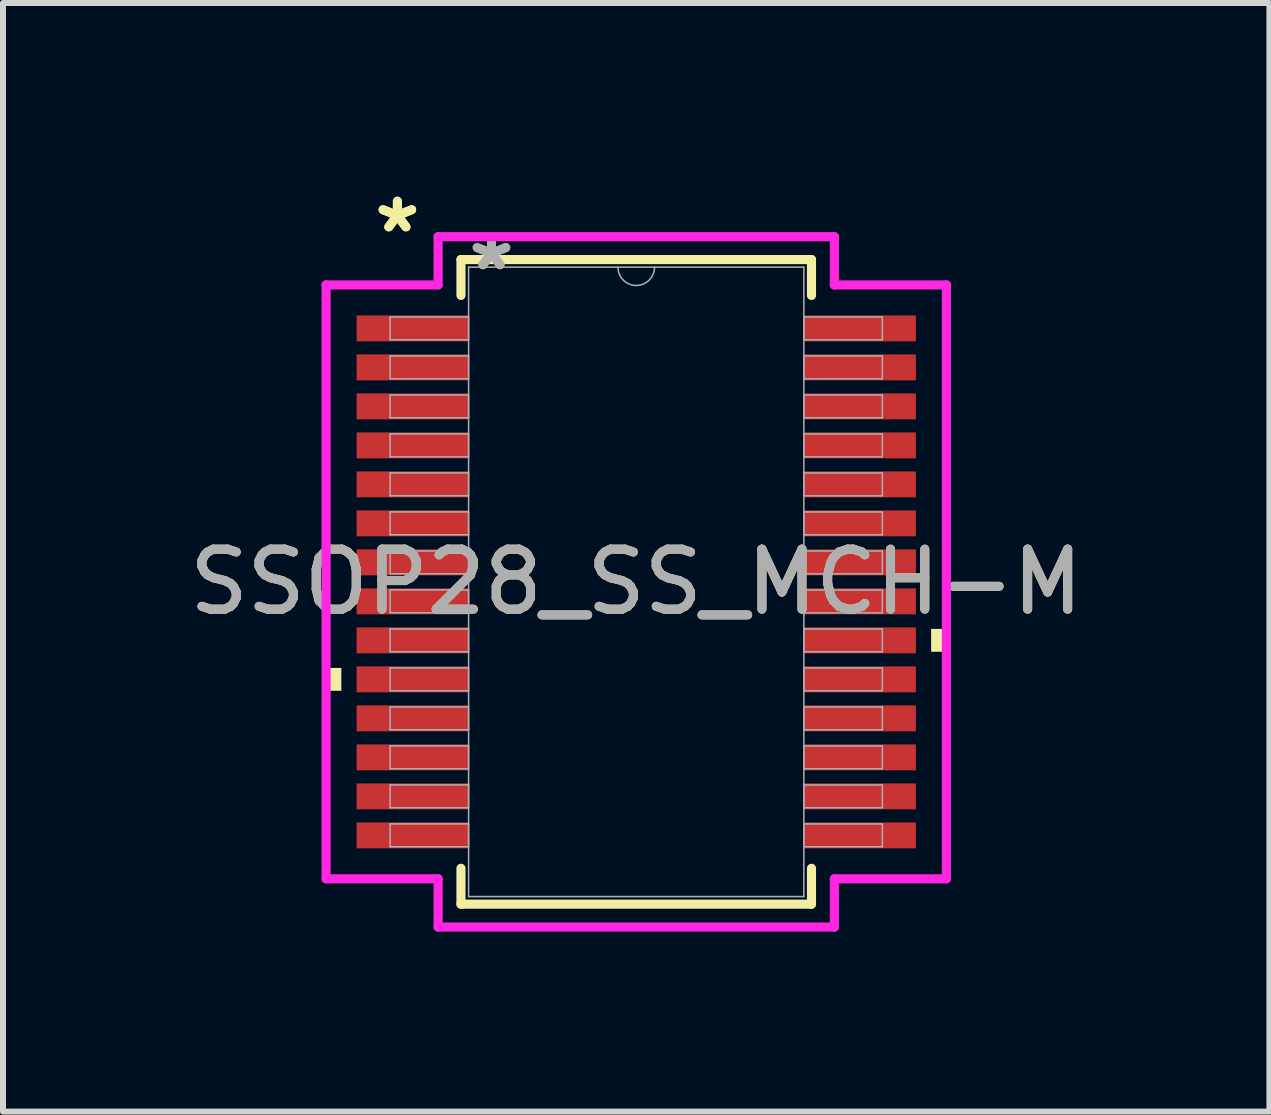
<source format=kicad_pcb>
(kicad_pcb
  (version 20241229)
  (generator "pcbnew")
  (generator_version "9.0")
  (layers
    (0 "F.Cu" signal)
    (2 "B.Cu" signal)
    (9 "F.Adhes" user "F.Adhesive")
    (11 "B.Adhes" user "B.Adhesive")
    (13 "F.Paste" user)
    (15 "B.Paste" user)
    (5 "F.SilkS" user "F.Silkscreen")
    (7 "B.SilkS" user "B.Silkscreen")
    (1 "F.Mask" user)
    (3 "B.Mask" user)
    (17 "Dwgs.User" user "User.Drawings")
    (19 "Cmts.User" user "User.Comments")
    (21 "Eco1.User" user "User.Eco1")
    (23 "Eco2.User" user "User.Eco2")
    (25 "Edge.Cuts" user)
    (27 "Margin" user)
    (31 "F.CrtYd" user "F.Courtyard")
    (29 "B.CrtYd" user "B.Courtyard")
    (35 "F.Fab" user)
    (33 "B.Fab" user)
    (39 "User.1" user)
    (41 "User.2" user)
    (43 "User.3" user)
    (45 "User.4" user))
  (footprint "SSOP28_SS_MCH-M"
    (layer "F.Cu")
    (at 7.554 6.648)
    (property "Reference" "SSOP28_SS_MCH-M" (at 0 0 0) (unlocked yes) (layer "F.SilkS") (effects (font (size 1 1) (thickness 0.15))))
    (attr smd)
    (fp_line (start -2.921 -5.372) (end -2.921 -4.774) (stroke (width 0.152) (type solid)) (layer "F.SilkS"))
    (fp_line (start -2.921 4.774) (end -2.921 5.372) (stroke (width 0.152) (type solid)) (layer "F.SilkS"))
    (fp_line (start -2.921 5.372) (end 2.921 5.372) (stroke (width 0.152) (type solid)) (layer "F.SilkS"))
    (fp_line (start 2.921 -5.372) (end -2.921 -5.372) (stroke (width 0.152) (type solid)) (layer "F.SilkS"))
    (fp_line (start 2.921 -4.774) (end 2.921 -5.372) (stroke (width 0.152) (type solid)) (layer "F.SilkS"))
    (fp_line (start 2.921 5.372) (end 2.921 4.774) (stroke (width 0.152) (type solid)) (layer "F.SilkS"))
    (fp_poly (pts (xy -5.169 1.434) (xy -5.169 1.815) (xy -4.915 1.815) (xy -4.915 1.434)) (stroke (width 0) (type solid)) (fill yes) (layer "F.SilkS"))
    (fp_poly (pts (xy 5.169 0.784) (xy 5.169 1.165) (xy 4.915 1.165) (xy 4.915 0.784)) (stroke (width 0) (type solid)) (fill yes) (layer "F.SilkS"))
    (fp_line (start -5.169 -4.949) (end -3.302 -4.949) (stroke (width 0.152) (type solid)) (layer "F.CrtYd"))
    (fp_line (start -5.169 4.949) (end -5.169 -4.949) (stroke (width 0.152) (type solid)) (layer "F.CrtYd"))
    (fp_line (start -5.169 4.949) (end -3.302 4.949) (stroke (width 0.152) (type solid)) (layer "F.CrtYd"))
    (fp_line (start -3.302 -5.753) (end 3.302 -5.753) (stroke (width 0.152) (type solid)) (layer "F.CrtYd"))
    (fp_line (start -3.302 -4.949) (end -3.302 -5.753) (stroke (width 0.152) (type solid)) (layer "F.CrtYd"))
    (fp_line (start -3.302 5.753) (end -3.302 4.949) (stroke (width 0.152) (type solid)) (layer "F.CrtYd"))
    (fp_line (start 3.302 -5.753) (end 3.302 -4.949) (stroke (width 0.152) (type solid)) (layer "F.CrtYd"))
    (fp_line (start 3.302 4.949) (end 3.302 5.753) (stroke (width 0.152) (type solid)) (layer "F.CrtYd"))
    (fp_line (start 3.302 5.753) (end -3.302 5.753) (stroke (width 0.152) (type solid)) (layer "F.CrtYd"))
    (fp_line (start 5.169 -4.949) (end 3.302 -4.949) (stroke (width 0.152) (type solid)) (layer "F.CrtYd"))
    (fp_line (start 5.169 -4.949) (end 5.169 4.949) (stroke (width 0.152) (type solid)) (layer "F.CrtYd"))
    (fp_line (start 5.169 4.949) (end 3.302 4.949) (stroke (width 0.152) (type solid)) (layer "F.CrtYd"))
    (fp_line (start -4.102 -4.415) (end -4.102 -4.035) (stroke (width 0.025) (type solid)) (layer "F.Fab"))
    (fp_line (start -4.102 -4.035) (end -2.794 -4.035) (stroke (width 0.025) (type solid)) (layer "F.Fab"))
    (fp_line (start -4.102 -3.765) (end -4.102 -3.385) (stroke (width 0.025) (type solid)) (layer "F.Fab"))
    (fp_line (start -4.102 -3.385) (end -2.794 -3.385) (stroke (width 0.025) (type solid)) (layer "F.Fab"))
    (fp_line (start -4.102 -3.115) (end -4.102 -2.735) (stroke (width 0.025) (type solid)) (layer "F.Fab"))
    (fp_line (start -4.102 -2.735) (end -2.794 -2.735) (stroke (width 0.025) (type solid)) (layer "F.Fab"))
    (fp_line (start -4.102 -2.466) (end -4.102 -2.084) (stroke (width 0.025) (type solid)) (layer "F.Fab"))
    (fp_line (start -4.102 -2.084) (end -2.794 -2.084) (stroke (width 0.025) (type solid)) (layer "F.Fab"))
    (fp_line (start -4.102 -1.816) (end -4.102 -1.435) (stroke (width 0.025) (type solid)) (layer "F.Fab"))
    (fp_line (start -4.102 -1.435) (end -2.794 -1.435) (stroke (width 0.025) (type solid)) (layer "F.Fab"))
    (fp_line (start -4.102 -1.166) (end -4.102 -0.785) (stroke (width 0.025) (type solid)) (layer "F.Fab"))
    (fp_line (start -4.102 -0.785) (end -2.794 -0.785) (stroke (width 0.025) (type solid)) (layer "F.Fab"))
    (fp_line (start -4.102 -0.516) (end -4.102 -0.135) (stroke (width 0.025) (type solid)) (layer "F.Fab"))
    (fp_line (start -4.102 -0.135) (end -2.794 -0.135) (stroke (width 0.025) (type solid)) (layer "F.Fab"))
    (fp_line (start -4.102 0.134) (end -4.102 0.515) (stroke (width 0.025) (type solid)) (layer "F.Fab"))
    (fp_line (start -4.102 0.515) (end -2.794 0.515) (stroke (width 0.025) (type solid)) (layer "F.Fab"))
    (fp_line (start -4.102 0.784) (end -4.102 1.165) (stroke (width 0.025) (type solid)) (layer "F.Fab"))
    (fp_line (start -4.102 1.165) (end -2.794 1.165) (stroke (width 0.025) (type solid)) (layer "F.Fab"))
    (fp_line (start -4.102 1.434) (end -4.102 1.815) (stroke (width 0.025) (type solid)) (layer "F.Fab"))
    (fp_line (start -4.102 1.815) (end -2.794 1.815) (stroke (width 0.025) (type solid)) (layer "F.Fab"))
    (fp_line (start -4.102 2.084) (end -4.102 2.465) (stroke (width 0.025) (type solid)) (layer "F.Fab"))
    (fp_line (start -4.102 2.465) (end -2.794 2.465) (stroke (width 0.025) (type solid)) (layer "F.Fab"))
    (fp_line (start -4.102 2.734) (end -4.102 3.115) (stroke (width 0.025) (type solid)) (layer "F.Fab"))
    (fp_line (start -4.102 3.115) (end -2.794 3.115) (stroke (width 0.025) (type solid)) (layer "F.Fab"))
    (fp_line (start -4.102 3.384) (end -4.102 3.765) (stroke (width 0.025) (type solid)) (layer "F.Fab"))
    (fp_line (start -4.102 3.765) (end -2.794 3.765) (stroke (width 0.025) (type solid)) (layer "F.Fab"))
    (fp_line (start -4.102 4.034) (end -4.102 4.415) (stroke (width 0.025) (type solid)) (layer "F.Fab"))
    (fp_line (start -4.102 4.415) (end -2.794 4.415) (stroke (width 0.025) (type solid)) (layer "F.Fab"))
    (fp_line (start -2.794 -5.245) (end -2.794 5.245) (stroke (width 0.025) (type solid)) (layer "F.Fab"))
    (fp_line (start -2.794 -4.415) (end -4.102 -4.415) (stroke (width 0.025) (type solid)) (layer "F.Fab"))
    (fp_line (start -2.794 -4.035) (end -2.794 -4.415) (stroke (width 0.025) (type solid)) (layer "F.Fab"))
    (fp_line (start -2.794 -3.765) (end -4.102 -3.765) (stroke (width 0.025) (type solid)) (layer "F.Fab"))
    (fp_line (start -2.794 -3.385) (end -2.794 -3.765) (stroke (width 0.025) (type solid)) (layer "F.Fab"))
    (fp_line (start -2.794 -3.115) (end -4.102 -3.115) (stroke (width 0.025) (type solid)) (layer "F.Fab"))
    (fp_line (start -2.794 -2.735) (end -2.794 -3.115) (stroke (width 0.025) (type solid)) (layer "F.Fab"))
    (fp_line (start -2.794 -2.466) (end -4.102 -2.466) (stroke (width 0.025) (type solid)) (layer "F.Fab"))
    (fp_line (start -2.794 -2.084) (end -2.794 -2.466) (stroke (width 0.025) (type solid)) (layer "F.Fab"))
    (fp_line (start -2.794 -1.816) (end -4.102 -1.816) (stroke (width 0.025) (type solid)) (layer "F.Fab"))
    (fp_line (start -2.794 -1.435) (end -2.794 -1.816) (stroke (width 0.025) (type solid)) (layer "F.Fab"))
    (fp_line (start -2.794 -1.166) (end -4.102 -1.166) (stroke (width 0.025) (type solid)) (layer "F.Fab"))
    (fp_line (start -2.794 -0.785) (end -2.794 -1.166) (stroke (width 0.025) (type solid)) (layer "F.Fab"))
    (fp_line (start -2.794 -0.516) (end -4.102 -0.516) (stroke (width 0.025) (type solid)) (layer "F.Fab"))
    (fp_line (start -2.794 -0.135) (end -2.794 -0.516) (stroke (width 0.025) (type solid)) (layer "F.Fab"))
    (fp_line (start -2.794 0.134) (end -4.102 0.134) (stroke (width 0.025) (type solid)) (layer "F.Fab"))
    (fp_line (start -2.794 0.515) (end -2.794 0.134) (stroke (width 0.025) (type solid)) (layer "F.Fab"))
    (fp_line (start -2.794 0.784) (end -4.102 0.784) (stroke (width 0.025) (type solid)) (layer "F.Fab"))
    (fp_line (start -2.794 1.165) (end -2.794 0.784) (stroke (width 0.025) (type solid)) (layer "F.Fab"))
    (fp_line (start -2.794 1.434) (end -4.102 1.434) (stroke (width 0.025) (type solid)) (layer "F.Fab"))
    (fp_line (start -2.794 1.815) (end -2.794 1.434) (stroke (width 0.025) (type solid)) (layer "F.Fab"))
    (fp_line (start -2.794 2.084) (end -4.102 2.084) (stroke (width 0.025) (type solid)) (layer "F.Fab"))
    (fp_line (start -2.794 2.465) (end -2.794 2.084) (stroke (width 0.025) (type solid)) (layer "F.Fab"))
    (fp_line (start -2.794 2.734) (end -4.102 2.734) (stroke (width 0.025) (type solid)) (layer "F.Fab"))
    (fp_line (start -2.794 3.115) (end -2.794 2.734) (stroke (width 0.025) (type solid)) (layer "F.Fab"))
    (fp_line (start -2.794 3.384) (end -4.102 3.384) (stroke (width 0.025) (type solid)) (layer "F.Fab"))
    (fp_line (start -2.794 3.765) (end -2.794 3.384) (stroke (width 0.025) (type solid)) (layer "F.Fab"))
    (fp_line (start -2.794 4.034) (end -4.102 4.034) (stroke (width 0.025) (type solid)) (layer "F.Fab"))
    (fp_line (start -2.794 4.415) (end -2.794 4.034) (stroke (width 0.025) (type solid)) (layer "F.Fab"))
    (fp_line (start -2.794 5.245) (end 2.794 5.245) (stroke (width 0.025) (type solid)) (layer "F.Fab"))
    (fp_line (start 2.794 -5.245) (end -2.794 -5.245) (stroke (width 0.025) (type solid)) (layer "F.Fab"))
    (fp_line (start 2.794 -4.415) (end 2.794 -4.034) (stroke (width 0.025) (type solid)) (layer "F.Fab"))
    (fp_line (start 2.794 -4.034) (end 4.102 -4.034) (stroke (width 0.025) (type solid)) (layer "F.Fab"))
    (fp_line (start 2.794 -3.765) (end 2.794 -3.384) (stroke (width 0.025) (type solid)) (layer "F.Fab"))
    (fp_line (start 2.794 -3.384) (end 4.102 -3.384) (stroke (width 0.025) (type solid)) (layer "F.Fab"))
    (fp_line (start 2.794 -3.115) (end 2.794 -2.734) (stroke (width 0.025) (type solid)) (layer "F.Fab"))
    (fp_line (start 2.794 -2.734) (end 4.102 -2.734) (stroke (width 0.025) (type solid)) (layer "F.Fab"))
    (fp_line (start 2.794 -2.465) (end 2.794 -2.084) (stroke (width 0.025) (type solid)) (layer "F.Fab"))
    (fp_line (start 2.794 -2.084) (end 4.102 -2.084) (stroke (width 0.025) (type solid)) (layer "F.Fab"))
    (fp_line (start 2.794 -1.815) (end 2.794 -1.434) (stroke (width 0.025) (type solid)) (layer "F.Fab"))
    (fp_line (start 2.794 -1.434) (end 4.102 -1.434) (stroke (width 0.025) (type solid)) (layer "F.Fab"))
    (fp_line (start 2.794 -1.165) (end 2.794 -0.784) (stroke (width 0.025) (type solid)) (layer "F.Fab"))
    (fp_line (start 2.794 -0.784) (end 4.102 -0.784) (stroke (width 0.025) (type solid)) (layer "F.Fab"))
    (fp_line (start 2.794 -0.515) (end 2.794 -0.134) (stroke (width 0.025) (type solid)) (layer "F.Fab"))
    (fp_line (start 2.794 -0.134) (end 4.102 -0.134) (stroke (width 0.025) (type solid)) (layer "F.Fab"))
    (fp_line (start 2.794 0.135) (end 2.794 0.516) (stroke (width 0.025) (type solid)) (layer "F.Fab"))
    (fp_line (start 2.794 0.516) (end 4.102 0.516) (stroke (width 0.025) (type solid)) (layer "F.Fab"))
    (fp_line (start 2.794 0.784) (end 2.794 1.165) (stroke (width 0.025) (type solid)) (layer "F.Fab"))
    (fp_line (start 2.794 1.165) (end 4.102 1.165) (stroke (width 0.025) (type solid)) (layer "F.Fab"))
    (fp_line (start 2.794 1.435) (end 2.794 1.815) (stroke (width 0.025) (type solid)) (layer "F.Fab"))
    (fp_line (start 2.794 1.815) (end 4.102 1.815) (stroke (width 0.025) (type solid)) (layer "F.Fab"))
    (fp_line (start 2.794 2.084) (end 2.794 2.466) (stroke (width 0.025) (type solid)) (layer "F.Fab"))
    (fp_line (start 2.794 2.466) (end 4.102 2.466) (stroke (width 0.025) (type solid)) (layer "F.Fab"))
    (fp_line (start 2.794 2.735) (end 2.794 3.115) (stroke (width 0.025) (type solid)) (layer "F.Fab"))
    (fp_line (start 2.794 3.115) (end 4.102 3.115) (stroke (width 0.025) (type solid)) (layer "F.Fab"))
    (fp_line (start 2.794 3.385) (end 2.794 3.765) (stroke (width 0.025) (type solid)) (layer "F.Fab"))
    (fp_line (start 2.794 3.765) (end 4.102 3.765) (stroke (width 0.025) (type solid)) (layer "F.Fab"))
    (fp_line (start 2.794 4.035) (end 2.794 4.415) (stroke (width 0.025) (type solid)) (layer "F.Fab"))
    (fp_line (start 2.794 4.415) (end 4.102 4.415) (stroke (width 0.025) (type solid)) (layer "F.Fab"))
    (fp_line (start 2.794 5.245) (end 2.794 -5.245) (stroke (width 0.025) (type solid)) (layer "F.Fab"))
    (fp_line (start 4.102 -4.415) (end 2.794 -4.415) (stroke (width 0.025) (type solid)) (layer "F.Fab"))
    (fp_line (start 4.102 -4.034) (end 4.102 -4.415) (stroke (width 0.025) (type solid)) (layer "F.Fab"))
    (fp_line (start 4.102 -3.765) (end 2.794 -3.765) (stroke (width 0.025) (type solid)) (layer "F.Fab"))
    (fp_line (start 4.102 -3.384) (end 4.102 -3.765) (stroke (width 0.025) (type solid)) (layer "F.Fab"))
    (fp_line (start 4.102 -3.115) (end 2.794 -3.115) (stroke (width 0.025) (type solid)) (layer "F.Fab"))
    (fp_line (start 4.102 -2.734) (end 4.102 -3.115) (stroke (width 0.025) (type solid)) (layer "F.Fab"))
    (fp_line (start 4.102 -2.465) (end 2.794 -2.465) (stroke (width 0.025) (type solid)) (layer "F.Fab"))
    (fp_line (start 4.102 -2.084) (end 4.102 -2.465) (stroke (width 0.025) (type solid)) (layer "F.Fab"))
    (fp_line (start 4.102 -1.815) (end 2.794 -1.815) (stroke (width 0.025) (type solid)) (layer "F.Fab"))
    (fp_line (start 4.102 -1.434) (end 4.102 -1.815) (stroke (width 0.025) (type solid)) (layer "F.Fab"))
    (fp_line (start 4.102 -1.165) (end 2.794 -1.165) (stroke (width 0.025) (type solid)) (layer "F.Fab"))
    (fp_line (start 4.102 -0.784) (end 4.102 -1.165) (stroke (width 0.025) (type solid)) (layer "F.Fab"))
    (fp_line (start 4.102 -0.515) (end 2.794 -0.515) (stroke (width 0.025) (type solid)) (layer "F.Fab"))
    (fp_line (start 4.102 -0.134) (end 4.102 -0.515) (stroke (width 0.025) (type solid)) (layer "F.Fab"))
    (fp_line (start 4.102 0.135) (end 2.794 0.135) (stroke (width 0.025) (type solid)) (layer "F.Fab"))
    (fp_line (start 4.102 0.516) (end 4.102 0.135) (stroke (width 0.025) (type solid)) (layer "F.Fab"))
    (fp_line (start 4.102 0.784) (end 2.794 0.784) (stroke (width 0.025) (type solid)) (layer "F.Fab"))
    (fp_line (start 4.102 1.165) (end 4.102 0.784) (stroke (width 0.025) (type solid)) (layer "F.Fab"))
    (fp_line (start 4.102 1.435) (end 2.794 1.435) (stroke (width 0.025) (type solid)) (layer "F.Fab"))
    (fp_line (start 4.102 1.815) (end 4.102 1.435) (stroke (width 0.025) (type solid)) (layer "F.Fab"))
    (fp_line (start 4.102 2.084) (end 2.794 2.084) (stroke (width 0.025) (type solid)) (layer "F.Fab"))
    (fp_line (start 4.102 2.466) (end 4.102 2.084) (stroke (width 0.025) (type solid)) (layer "F.Fab"))
    (fp_line (start 4.102 2.735) (end 2.794 2.735) (stroke (width 0.025) (type solid)) (layer "F.Fab"))
    (fp_line (start 4.102 3.115) (end 4.102 2.735) (stroke (width 0.025) (type solid)) (layer "F.Fab"))
    (fp_line (start 4.102 3.385) (end 2.794 3.385) (stroke (width 0.025) (type solid)) (layer "F.Fab"))
    (fp_line (start 4.102 3.765) (end 4.102 3.385) (stroke (width 0.025) (type solid)) (layer "F.Fab"))
    (fp_line (start 4.102 4.035) (end 2.794 4.035) (stroke (width 0.025) (type solid)) (layer "F.Fab"))
    (fp_line (start 4.102 4.415) (end 4.102 4.035) (stroke (width 0.025) (type solid)) (layer "F.Fab"))
    (fp_arc (start 0.3048 -5.2451) (mid 0 -4.9403) (end -0.3048 -5.2451) (stroke (width 0.0254) (type solid)) (layer "F.Fab"))
    (fp_text user "*" (at -3.981 -5.8 0) (layer "F.SilkS") (effects (font (size 1 1) (thickness 0.15))))
    (fp_text user "*" (at -3.981 -5.8 0) (unlocked yes) (layer "F.SilkS") (effects (font (size 1 1) (thickness 0.15))))
    (fp_text user "${REFERENCE}" (at 0 0 0) (unlocked yes) (layer "F.Fab") (effects (font (size 1 1) (thickness 0.15))))
    (fp_text user "*" (at -2.413 -5.169 0) (unlocked yes) (layer "F.Fab") (effects (font (size 1 1) (thickness 0.15))))
    (fp_text user "*" (at -2.413 -5.169 0) (layer "F.Fab") (effects (font (size 1 1) (thickness 0.15))))
    (pad "1" smd rect (at -3.727 -4.225) (size 1.867 0.432) (layers "F.Cu" "F.Mask" "F.Paste"))
    (pad "2" smd rect (at -3.727 -3.575) (size 1.867 0.432) (layers "F.Cu" "F.Mask" "F.Paste"))
    (pad "3" smd rect (at -3.727 -2.925) (size 1.867 0.432) (layers "F.Cu" "F.Mask" "F.Paste"))
    (pad "4" smd rect (at -3.727 -2.275) (size 1.867 0.432) (layers "F.Cu" "F.Mask" "F.Paste"))
    (pad "5" smd rect (at -3.727 -1.625) (size 1.867 0.432) (layers "F.Cu" "F.Mask" "F.Paste"))
    (pad "6" smd rect (at -3.727 -0.975) (size 1.867 0.432) (layers "F.Cu" "F.Mask" "F.Paste"))
    (pad "7" smd rect (at -3.727 -0.325) (size 1.867 0.432) (layers "F.Cu" "F.Mask" "F.Paste"))
    (pad "8" smd rect (at -3.727 0.325) (size 1.867 0.432) (layers "F.Cu" "F.Mask" "F.Paste"))
    (pad "9" smd rect (at -3.727 0.975) (size 1.867 0.432) (layers "F.Cu" "F.Mask" "F.Paste"))
    (pad "10" smd rect (at -3.727 1.625) (size 1.867 0.432) (layers "F.Cu" "F.Mask" "F.Paste"))
    (pad "11" smd rect (at -3.727 2.275) (size 1.867 0.432) (layers "F.Cu" "F.Mask" "F.Paste"))
    (pad "12" smd rect (at -3.727 2.925) (size 1.867 0.432) (layers "F.Cu" "F.Mask" "F.Paste"))
    (pad "13" smd rect (at -3.727 3.575) (size 1.867 0.432) (layers "F.Cu" "F.Mask" "F.Paste"))
    (pad "14" smd rect (at -3.727 4.225) (size 1.867 0.432) (layers "F.Cu" "F.Mask" "F.Paste"))
    (pad "15" smd rect (at 3.727 4.225) (size 1.867 0.432) (layers "F.Cu" "F.Mask" "F.Paste"))
    (pad "16" smd rect (at 3.727 3.575) (size 1.867 0.432) (layers "F.Cu" "F.Mask" "F.Paste"))
    (pad "17" smd rect (at 3.727 2.925) (size 1.867 0.432) (layers "F.Cu" "F.Mask" "F.Paste"))
    (pad "18" smd rect (at 3.727 2.275) (size 1.867 0.432) (layers "F.Cu" "F.Mask" "F.Paste"))
    (pad "19" smd rect (at 3.727 1.625) (size 1.867 0.432) (layers "F.Cu" "F.Mask" "F.Paste"))
    (pad "20" smd rect (at 3.727 0.975) (size 1.867 0.432) (layers "F.Cu" "F.Mask" "F.Paste"))
    (pad "21" smd rect (at 3.727 0.325) (size 1.867 0.432) (layers "F.Cu" "F.Mask" "F.Paste"))
    (pad "22" smd rect (at 3.727 -0.325) (size 1.867 0.432) (layers "F.Cu" "F.Mask" "F.Paste"))
    (pad "23" smd rect (at 3.727 -0.975) (size 1.867 0.432) (layers "F.Cu" "F.Mask" "F.Paste"))
    (pad "24" smd rect (at 3.727 -1.625) (size 1.867 0.432) (layers "F.Cu" "F.Mask" "F.Paste"))
    (pad "25" smd rect (at 3.727 -2.275) (size 1.867 0.432) (layers "F.Cu" "F.Mask" "F.Paste"))
    (pad "26" smd rect (at 3.727 -2.925) (size 1.867 0.432) (layers "F.Cu" "F.Mask" "F.Paste"))
    (pad "27" smd rect (at 3.727 -3.575) (size 1.867 0.432) (layers "F.Cu" "F.Mask" "F.Paste"))
    (pad "28" smd rect (at 3.727 -4.225) (size 1.867 0.432) (layers "F.Cu" "F.Mask" "F.Paste")))
  (gr_rect
    (start -3 -3)
    (end 18.107 15.477)
    (stroke (width 0.1) (type default))
    (fill no)
    (layer "Edge.Cuts")))
</source>
